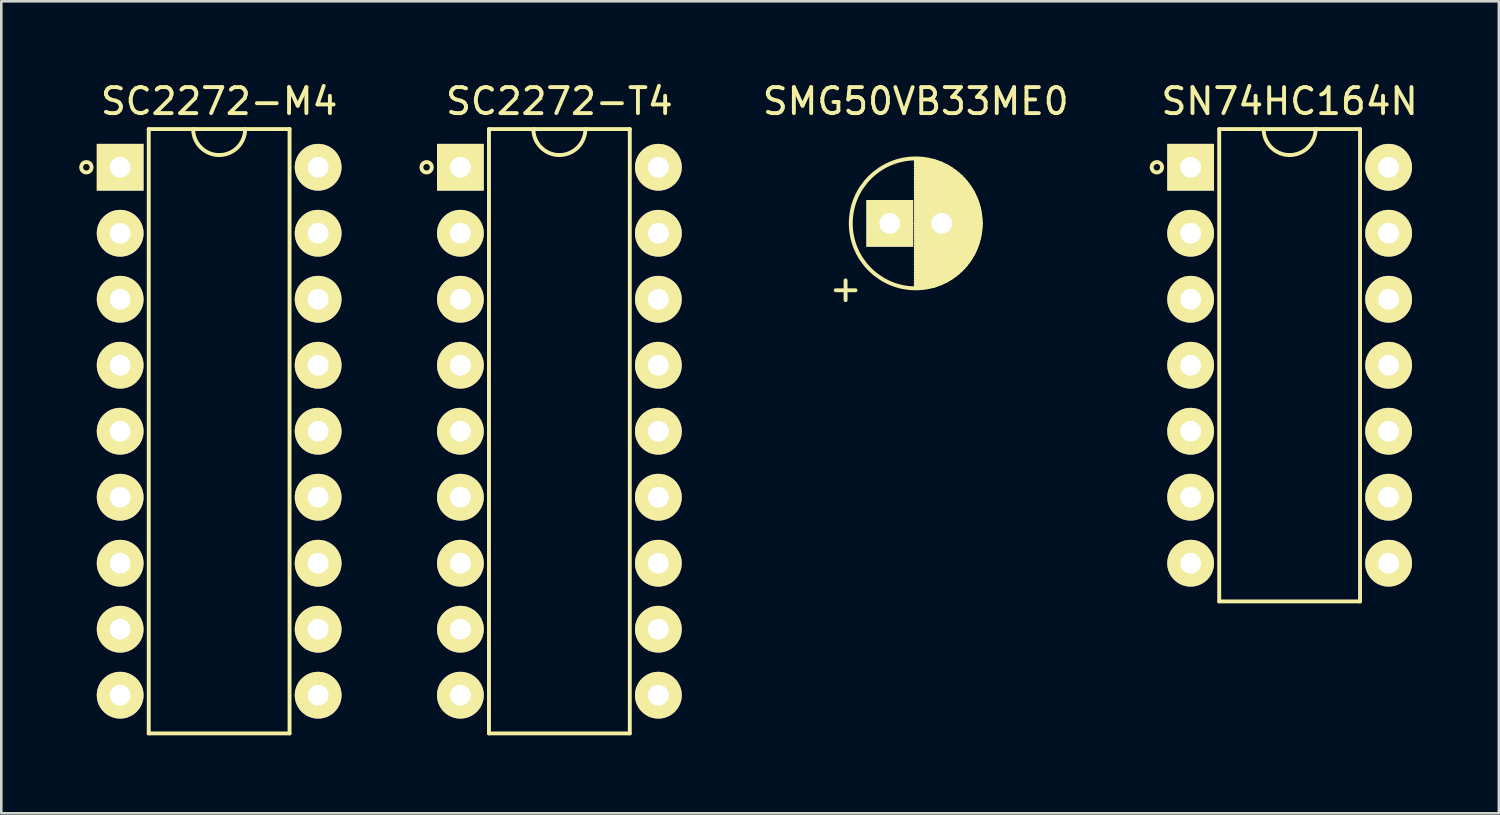
<source format=kicad_pcb>
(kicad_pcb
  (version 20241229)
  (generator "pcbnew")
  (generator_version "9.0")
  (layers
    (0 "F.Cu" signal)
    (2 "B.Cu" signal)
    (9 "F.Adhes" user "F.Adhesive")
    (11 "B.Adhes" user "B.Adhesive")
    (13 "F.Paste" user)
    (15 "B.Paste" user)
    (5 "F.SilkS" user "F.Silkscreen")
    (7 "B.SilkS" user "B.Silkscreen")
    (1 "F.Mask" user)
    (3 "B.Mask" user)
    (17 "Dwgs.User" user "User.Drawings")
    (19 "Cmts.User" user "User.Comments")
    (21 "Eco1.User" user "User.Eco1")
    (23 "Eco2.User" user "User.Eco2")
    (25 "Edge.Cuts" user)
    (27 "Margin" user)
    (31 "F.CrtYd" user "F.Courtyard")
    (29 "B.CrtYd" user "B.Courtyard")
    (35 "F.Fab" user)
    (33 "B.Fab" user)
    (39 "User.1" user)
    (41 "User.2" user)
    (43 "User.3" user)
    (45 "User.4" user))
  (footprint "SMG50VB33ME0"
    (layer "F.Cu")
    (at 31.196 5.548)
    (property "Reference" "SMG50VB33ME0" (at 1 -4.7 0) (layer "F.SilkS") (effects (font (size 1 1) (thickness 0.15))))
    (attr through_hole)
    (fp_line (start 1 -2.4) (end 1.7 -2.4) (stroke (width 0.15) (type solid)) (layer "F.SilkS"))
    (fp_line (start 1 -2.3) (end 1.98 -2.3) (stroke (width 0.15) (type solid)) (layer "F.SilkS"))
    (fp_line (start 1 -2.2) (end 2.187 -2.2) (stroke (width 0.15) (type solid)) (layer "F.SilkS"))
    (fp_line (start 1 -2.1) (end 2.356 -2.1) (stroke (width 0.15) (type solid)) (layer "F.SilkS"))
    (fp_line (start 1 -2) (end 2.5 -2) (stroke (width 0.15) (type solid)) (layer "F.SilkS"))
    (fp_line (start 1 -1.9) (end 2.625 -1.9) (stroke (width 0.15) (type solid)) (layer "F.SilkS"))
    (fp_line (start 1 -1.8) (end 2.735 -1.8) (stroke (width 0.15) (type solid)) (layer "F.SilkS"))
    (fp_line (start 1 -1.7) (end 2.833 -1.7) (stroke (width 0.15) (type solid)) (layer "F.SilkS"))
    (fp_line (start 1 -1.6) (end 2.921 -1.6) (stroke (width 0.15) (type solid)) (layer "F.SilkS"))
    (fp_line (start 1 -1.5) (end 3 -1.5) (stroke (width 0.15) (type solid)) (layer "F.SilkS"))
    (fp_line (start 1 -1.4) (end 3.071 -1.4) (stroke (width 0.15) (type solid)) (layer "F.SilkS"))
    (fp_line (start 1 -1.3) (end 3.135 -1.3) (stroke (width 0.15) (type solid)) (layer "F.SilkS"))
    (fp_line (start 1 -1.2) (end 3.193 -1.2) (stroke (width 0.15) (type solid)) (layer "F.SilkS"))
    (fp_line (start 1 -1.1) (end 3.245 -1.1) (stroke (width 0.15) (type solid)) (layer "F.SilkS"))
    (fp_line (start 1 -1) (end 3.291 -1) (stroke (width 0.15) (type solid)) (layer "F.SilkS"))
    (fp_line (start 1 -0.9) (end 3.332 -0.9) (stroke (width 0.15) (type solid)) (layer "F.SilkS"))
    (fp_line (start 1 -0.8) (end 3.369 -0.8) (stroke (width 0.15) (type solid)) (layer "F.SilkS"))
    (fp_line (start 1 -0.7) (end 3.4 -0.7) (stroke (width 0.15) (type solid)) (layer "F.SilkS"))
    (fp_line (start 1 -0.6) (end 3.427 -0.6) (stroke (width 0.15) (type solid)) (layer "F.SilkS"))
    (fp_line (start 1 -0.5) (end 3.449 -0.5) (stroke (width 0.15) (type solid)) (layer "F.SilkS"))
    (fp_line (start 1 -0.4) (end 3.468 -0.4) (stroke (width 0.15) (type solid)) (layer "F.SilkS"))
    (fp_line (start 1 -0.3) (end 3.482 -0.3) (stroke (width 0.15) (type solid)) (layer "F.SilkS"))
    (fp_line (start 1 -0.2) (end 3.492 -0.2) (stroke (width 0.15) (type solid)) (layer "F.SilkS"))
    (fp_line (start 1 -0.1) (end 3.498 -0.1) (stroke (width 0.15) (type solid)) (layer "F.SilkS"))
    (fp_line (start 1 0) (end 3.5 0) (stroke (width 0.15) (type solid)) (layer "F.SilkS"))
    (fp_line (start 1 0) (end 3.5 0) (stroke (width 0.15) (type solid)) (layer "F.SilkS"))
    (fp_line (start 1 0.1) (end 3.498 0.1) (stroke (width 0.15) (type solid)) (layer "F.SilkS"))
    (fp_line (start 1 0.2) (end 3.492 0.2) (stroke (width 0.15) (type solid)) (layer "F.SilkS"))
    (fp_line (start 1 0.3) (end 3.482 0.3) (stroke (width 0.15) (type solid)) (layer "F.SilkS"))
    (fp_line (start 1 0.4) (end 3.468 0.4) (stroke (width 0.15) (type solid)) (layer "F.SilkS"))
    (fp_line (start 1 0.5) (end 3.449 0.5) (stroke (width 0.15) (type solid)) (layer "F.SilkS"))
    (fp_line (start 1 0.6) (end 3.427 0.6) (stroke (width 0.15) (type solid)) (layer "F.SilkS"))
    (fp_line (start 1 0.7) (end 3.4 0.7) (stroke (width 0.15) (type solid)) (layer "F.SilkS"))
    (fp_line (start 1 0.8) (end 3.369 0.8) (stroke (width 0.15) (type solid)) (layer "F.SilkS"))
    (fp_line (start 1 0.9) (end 3.332 0.9) (stroke (width 0.15) (type solid)) (layer "F.SilkS"))
    (fp_line (start 1 1) (end 3.291 1) (stroke (width 0.15) (type solid)) (layer "F.SilkS"))
    (fp_line (start 1 1.1) (end 3.245 1.1) (stroke (width 0.15) (type solid)) (layer "F.SilkS"))
    (fp_line (start 1 1.2) (end 3.193 1.2) (stroke (width 0.15) (type solid)) (layer "F.SilkS"))
    (fp_line (start 1 1.3) (end 3.135 1.3) (stroke (width 0.15) (type solid)) (layer "F.SilkS"))
    (fp_line (start 1 1.4) (end 3.071 1.4) (stroke (width 0.15) (type solid)) (layer "F.SilkS"))
    (fp_line (start 1 1.5) (end 3 1.5) (stroke (width 0.15) (type solid)) (layer "F.SilkS"))
    (fp_line (start 1 1.6) (end 2.921 1.6) (stroke (width 0.15) (type solid)) (layer "F.SilkS"))
    (fp_line (start 1 1.7) (end 2.833 1.7) (stroke (width 0.15) (type solid)) (layer "F.SilkS"))
    (fp_line (start 1 1.8) (end 2.735 1.8) (stroke (width 0.15) (type solid)) (layer "F.SilkS"))
    (fp_line (start 1 1.9) (end 2.625 1.9) (stroke (width 0.15) (type solid)) (layer "F.SilkS"))
    (fp_line (start 1 2) (end 2.5 2) (stroke (width 0.15) (type solid)) (layer "F.SilkS"))
    (fp_line (start 1 2.1) (end 2.356 2.1) (stroke (width 0.15) (type solid)) (layer "F.SilkS"))
    (fp_line (start 1 2.2) (end 2.187 2.2) (stroke (width 0.15) (type solid)) (layer "F.SilkS"))
    (fp_line (start 1 2.3) (end 1.98 2.3) (stroke (width 0.15) (type solid)) (layer "F.SilkS"))
    (fp_line (start 1 2.4) (end 1.7 2.4) (stroke (width 0.15) (type solid)) (layer "F.SilkS"))
    (fp_circle (center 1 0) (end 1 -2.5) (stroke (width 0.15) (type solid)) (fill no) (layer "F.SilkS"))
    (fp_text user "+" (at -1.7 2.5 0) (layer "F.SilkS") (effects (font (size 1 1) (thickness 0.15))))
    (pad "1" thru_hole rect (at 0 0) (size 1.8 1.8) (drill 0.8) (layers "*.Cu" "*.Mask" "F.SilkS"))
    (pad "2" thru_hole circle (at 2 0) (size 1.8 1.8) (drill 0.8) (layers "*.Cu" "*.Mask" "F.SilkS")))
  (footprint "SN74HC164N"
    (layer "F.Cu")
    (at 42.777 3.388)
    (property "Reference" "SN74HC164N" (at 3.81 -2.54 0) (layer "F.SilkS") (effects (font (size 1 1) (thickness 0.15))))
    (attr through_hole)
    (fp_line (start 1.1 -1.47) (end 6.52 -1.47) (stroke (width 0.15) (type solid)) (layer "F.SilkS"))
    (fp_line (start 1.1 16.71) (end 1.1 -1.47) (stroke (width 0.15) (type solid)) (layer "F.SilkS"))
    (fp_line (start 6.52 -1.47) (end 6.52 16.71) (stroke (width 0.15) (type solid)) (layer "F.SilkS"))
    (fp_line (start 6.52 16.71) (end 1.1 16.71) (stroke (width 0.15) (type solid)) (layer "F.SilkS"))
    (fp_arc (start 3.81 -0.47) (mid 3.102893 -0.762893) (end 2.81 -1.47) (stroke (width 0.15) (type solid)) (layer "F.SilkS"))
    (fp_arc (start 4.81 -1.47) (mid 4.517107 -0.762893) (end 3.81 -0.47) (stroke (width 0.15) (type solid)) (layer "F.SilkS"))
    (fp_circle (center -1.3 0) (end -1.3 0.2) (stroke (width 0.15) (type solid)) (fill no) (layer "F.SilkS"))
    (pad "1" thru_hole rect (at 0 0) (size 1.8 1.8) (drill 0.8) (layers "*.Cu" "*.Mask" "F.SilkS"))
    (pad "2" thru_hole circle (at 0 2.54) (size 1.8 1.8) (drill 0.8) (layers "*.Cu" "*.Mask" "F.SilkS"))
    (pad "3" thru_hole circle (at 0 5.08) (size 1.8 1.8) (drill 0.8) (layers "*.Cu" "*.Mask" "F.SilkS"))
    (pad "4" thru_hole circle (at 0 7.62) (size 1.8 1.8) (drill 0.8) (layers "*.Cu" "*.Mask" "F.SilkS"))
    (pad "5" thru_hole circle (at 0 10.16) (size 1.8 1.8) (drill 0.8) (layers "*.Cu" "*.Mask" "F.SilkS"))
    (pad "6" thru_hole circle (at 0 12.7) (size 1.8 1.8) (drill 0.8) (layers "*.Cu" "*.Mask" "F.SilkS"))
    (pad "7" thru_hole circle (at 0 15.24) (size 1.8 1.8) (drill 0.8) (layers "*.Cu" "*.Mask" "F.SilkS"))
    (pad "8" thru_hole circle (at 7.62 15.24) (size 1.8 1.8) (drill 0.8) (layers "*.Cu" "*.Mask" "F.SilkS"))
    (pad "9" thru_hole circle (at 7.62 12.7) (size 1.8 1.8) (drill 0.8) (layers "*.Cu" "*.Mask" "F.SilkS"))
    (pad "10" thru_hole circle (at 7.62 10.16) (size 1.8 1.8) (drill 0.8) (layers "*.Cu" "*.Mask" "F.SilkS"))
    (pad "11" thru_hole circle (at 7.62 7.62) (size 1.8 1.8) (drill 0.8) (layers "*.Cu" "*.Mask" "F.SilkS"))
    (pad "12" thru_hole circle (at 7.62 5.08) (size 1.8 1.8) (drill 0.8) (layers "*.Cu" "*.Mask" "F.SilkS"))
    (pad "13" thru_hole circle (at 7.62 2.54) (size 1.8 1.8) (drill 0.8) (layers "*.Cu" "*.Mask" "F.SilkS"))
    (pad "14" thru_hole circle (at 7.62 0) (size 1.8 1.8) (drill 0.8) (layers "*.Cu" "*.Mask" "F.SilkS")))
  (footprint "SC2272-T4"
    (layer "F.Cu")
    (at 14.67 3.388)
    (property "Reference" "SC2272-T4" (at 3.81 -2.54 0) (layer "F.SilkS") (effects (font (size 1 1) (thickness 0.15))))
    (attr through_hole)
    (fp_line (start 1.1 -1.47) (end 6.52 -1.47) (stroke (width 0.15) (type solid)) (layer "F.SilkS"))
    (fp_line (start 1.1 21.79) (end 1.1 -1.47) (stroke (width 0.15) (type solid)) (layer "F.SilkS"))
    (fp_line (start 6.52 -1.47) (end 6.52 21.79) (stroke (width 0.15) (type solid)) (layer "F.SilkS"))
    (fp_line (start 6.52 21.79) (end 1.1 21.79) (stroke (width 0.15) (type solid)) (layer "F.SilkS"))
    (fp_arc (start 3.81 -0.47) (mid 3.102893 -0.762893) (end 2.81 -1.47) (stroke (width 0.15) (type solid)) (layer "F.SilkS"))
    (fp_arc (start 4.81 -1.47) (mid 4.517107 -0.762893) (end 3.81 -0.47) (stroke (width 0.15) (type solid)) (layer "F.SilkS"))
    (fp_circle (center -1.3 0) (end -1.3 0.2) (stroke (width 0.15) (type solid)) (fill no) (layer "F.SilkS"))
    (pad "1" thru_hole rect (at 0 0) (size 1.8 1.8) (drill 0.8) (layers "*.Cu" "*.Mask" "F.SilkS"))
    (pad "2" thru_hole circle (at 0 2.54) (size 1.8 1.8) (drill 0.8) (layers "*.Cu" "*.Mask" "F.SilkS"))
    (pad "3" thru_hole circle (at 0 5.08) (size 1.8 1.8) (drill 0.8) (layers "*.Cu" "*.Mask" "F.SilkS"))
    (pad "4" thru_hole circle (at 0 7.62) (size 1.8 1.8) (drill 0.8) (layers "*.Cu" "*.Mask" "F.SilkS"))
    (pad "5" thru_hole circle (at 0 10.16) (size 1.8 1.8) (drill 0.8) (layers "*.Cu" "*.Mask" "F.SilkS"))
    (pad "6" thru_hole circle (at 0 12.7) (size 1.8 1.8) (drill 0.8) (layers "*.Cu" "*.Mask" "F.SilkS"))
    (pad "7" thru_hole circle (at 0 15.24) (size 1.8 1.8) (drill 0.8) (layers "*.Cu" "*.Mask" "F.SilkS"))
    (pad "8" thru_hole circle (at 0 17.78) (size 1.8 1.8) (drill 0.8) (layers "*.Cu" "*.Mask" "F.SilkS"))
    (pad "9" thru_hole circle (at 0 20.32) (size 1.8 1.8) (drill 0.8) (layers "*.Cu" "*.Mask" "F.SilkS"))
    (pad "10" thru_hole circle (at 7.62 20.32) (size 1.8 1.8) (drill 0.8) (layers "*.Cu" "*.Mask" "F.SilkS"))
    (pad "11" thru_hole circle (at 7.62 17.78) (size 1.8 1.8) (drill 0.8) (layers "*.Cu" "*.Mask" "F.SilkS"))
    (pad "12" thru_hole circle (at 7.62 15.24) (size 1.8 1.8) (drill 0.8) (layers "*.Cu" "*.Mask" "F.SilkS"))
    (pad "13" thru_hole circle (at 7.62 12.7) (size 1.8 1.8) (drill 0.8) (layers "*.Cu" "*.Mask" "F.SilkS"))
    (pad "14" thru_hole circle (at 7.62 10.16) (size 1.8 1.8) (drill 0.8) (layers "*.Cu" "*.Mask" "F.SilkS"))
    (pad "15" thru_hole circle (at 7.62 7.62) (size 1.8 1.8) (drill 0.8) (layers "*.Cu" "*.Mask" "F.SilkS"))
    (pad "16" thru_hole circle (at 7.62 5.08) (size 1.8 1.8) (drill 0.8) (layers "*.Cu" "*.Mask" "F.SilkS"))
    (pad "17" thru_hole circle (at 7.62 2.54) (size 1.8 1.8) (drill 0.8) (layers "*.Cu" "*.Mask" "F.SilkS"))
    (pad "18" thru_hole circle (at 7.62 0) (size 1.8 1.8) (drill 0.8) (layers "*.Cu" "*.Mask" "F.SilkS")))
  (footprint "SC2272-M4"
    (layer "F.Cu")
    (at 1.575 3.388)
    (property "Reference" "SC2272-M4" (at 3.81 -2.54 0) (layer "F.SilkS") (effects (font (size 1 1) (thickness 0.15))))
    (attr through_hole)
    (fp_line (start 1.1 -1.47) (end 6.52 -1.47) (stroke (width 0.15) (type solid)) (layer "F.SilkS"))
    (fp_line (start 1.1 21.79) (end 1.1 -1.47) (stroke (width 0.15) (type solid)) (layer "F.SilkS"))
    (fp_line (start 6.52 -1.47) (end 6.52 21.79) (stroke (width 0.15) (type solid)) (layer "F.SilkS"))
    (fp_line (start 6.52 21.79) (end 1.1 21.79) (stroke (width 0.15) (type solid)) (layer "F.SilkS"))
    (fp_arc (start 3.81 -0.47) (mid 3.102893 -0.762893) (end 2.81 -1.47) (stroke (width 0.15) (type solid)) (layer "F.SilkS"))
    (fp_arc (start 4.81 -1.47) (mid 4.517107 -0.762893) (end 3.81 -0.47) (stroke (width 0.15) (type solid)) (layer "F.SilkS"))
    (fp_circle (center -1.3 0) (end -1.3 0.2) (stroke (width 0.15) (type solid)) (fill no) (layer "F.SilkS"))
    (pad "1" thru_hole rect (at 0 0) (size 1.8 1.8) (drill 0.8) (layers "*.Cu" "*.Mask" "F.SilkS"))
    (pad "2" thru_hole circle (at 0 2.54) (size 1.8 1.8) (drill 0.8) (layers "*.Cu" "*.Mask" "F.SilkS"))
    (pad "3" thru_hole circle (at 0 5.08) (size 1.8 1.8) (drill 0.8) (layers "*.Cu" "*.Mask" "F.SilkS"))
    (pad "4" thru_hole circle (at 0 7.62) (size 1.8 1.8) (drill 0.8) (layers "*.Cu" "*.Mask" "F.SilkS"))
    (pad "5" thru_hole circle (at 0 10.16) (size 1.8 1.8) (drill 0.8) (layers "*.Cu" "*.Mask" "F.SilkS"))
    (pad "6" thru_hole circle (at 0 12.7) (size 1.8 1.8) (drill 0.8) (layers "*.Cu" "*.Mask" "F.SilkS"))
    (pad "7" thru_hole circle (at 0 15.24) (size 1.8 1.8) (drill 0.8) (layers "*.Cu" "*.Mask" "F.SilkS"))
    (pad "8" thru_hole circle (at 0 17.78) (size 1.8 1.8) (drill 0.8) (layers "*.Cu" "*.Mask" "F.SilkS"))
    (pad "9" thru_hole circle (at 0 20.32) (size 1.8 1.8) (drill 0.8) (layers "*.Cu" "*.Mask" "F.SilkS"))
    (pad "10" thru_hole circle (at 7.62 20.32) (size 1.8 1.8) (drill 0.8) (layers "*.Cu" "*.Mask" "F.SilkS"))
    (pad "11" thru_hole circle (at 7.62 17.78) (size 1.8 1.8) (drill 0.8) (layers "*.Cu" "*.Mask" "F.SilkS"))
    (pad "12" thru_hole circle (at 7.62 15.24) (size 1.8 1.8) (drill 0.8) (layers "*.Cu" "*.Mask" "F.SilkS"))
    (pad "13" thru_hole circle (at 7.62 12.7) (size 1.8 1.8) (drill 0.8) (layers "*.Cu" "*.Mask" "F.SilkS"))
    (pad "14" thru_hole circle (at 7.62 10.16) (size 1.8 1.8) (drill 0.8) (layers "*.Cu" "*.Mask" "F.SilkS"))
    (pad "15" thru_hole circle (at 7.62 7.62) (size 1.8 1.8) (drill 0.8) (layers "*.Cu" "*.Mask" "F.SilkS"))
    (pad "16" thru_hole circle (at 7.62 5.08) (size 1.8 1.8) (drill 0.8) (layers "*.Cu" "*.Mask" "F.SilkS"))
    (pad "17" thru_hole circle (at 7.62 2.54) (size 1.8 1.8) (drill 0.8) (layers "*.Cu" "*.Mask" "F.SilkS"))
    (pad "18" thru_hole circle (at 7.62 0) (size 1.8 1.8) (drill 0.8) (layers "*.Cu" "*.Mask" "F.SilkS")))
  (gr_rect
    (start -3 -3)
    (end 54.64 28.253)
    (stroke (width 0.1) (type default))
    (fill no)
    (layer "Edge.Cuts")))
</source>
